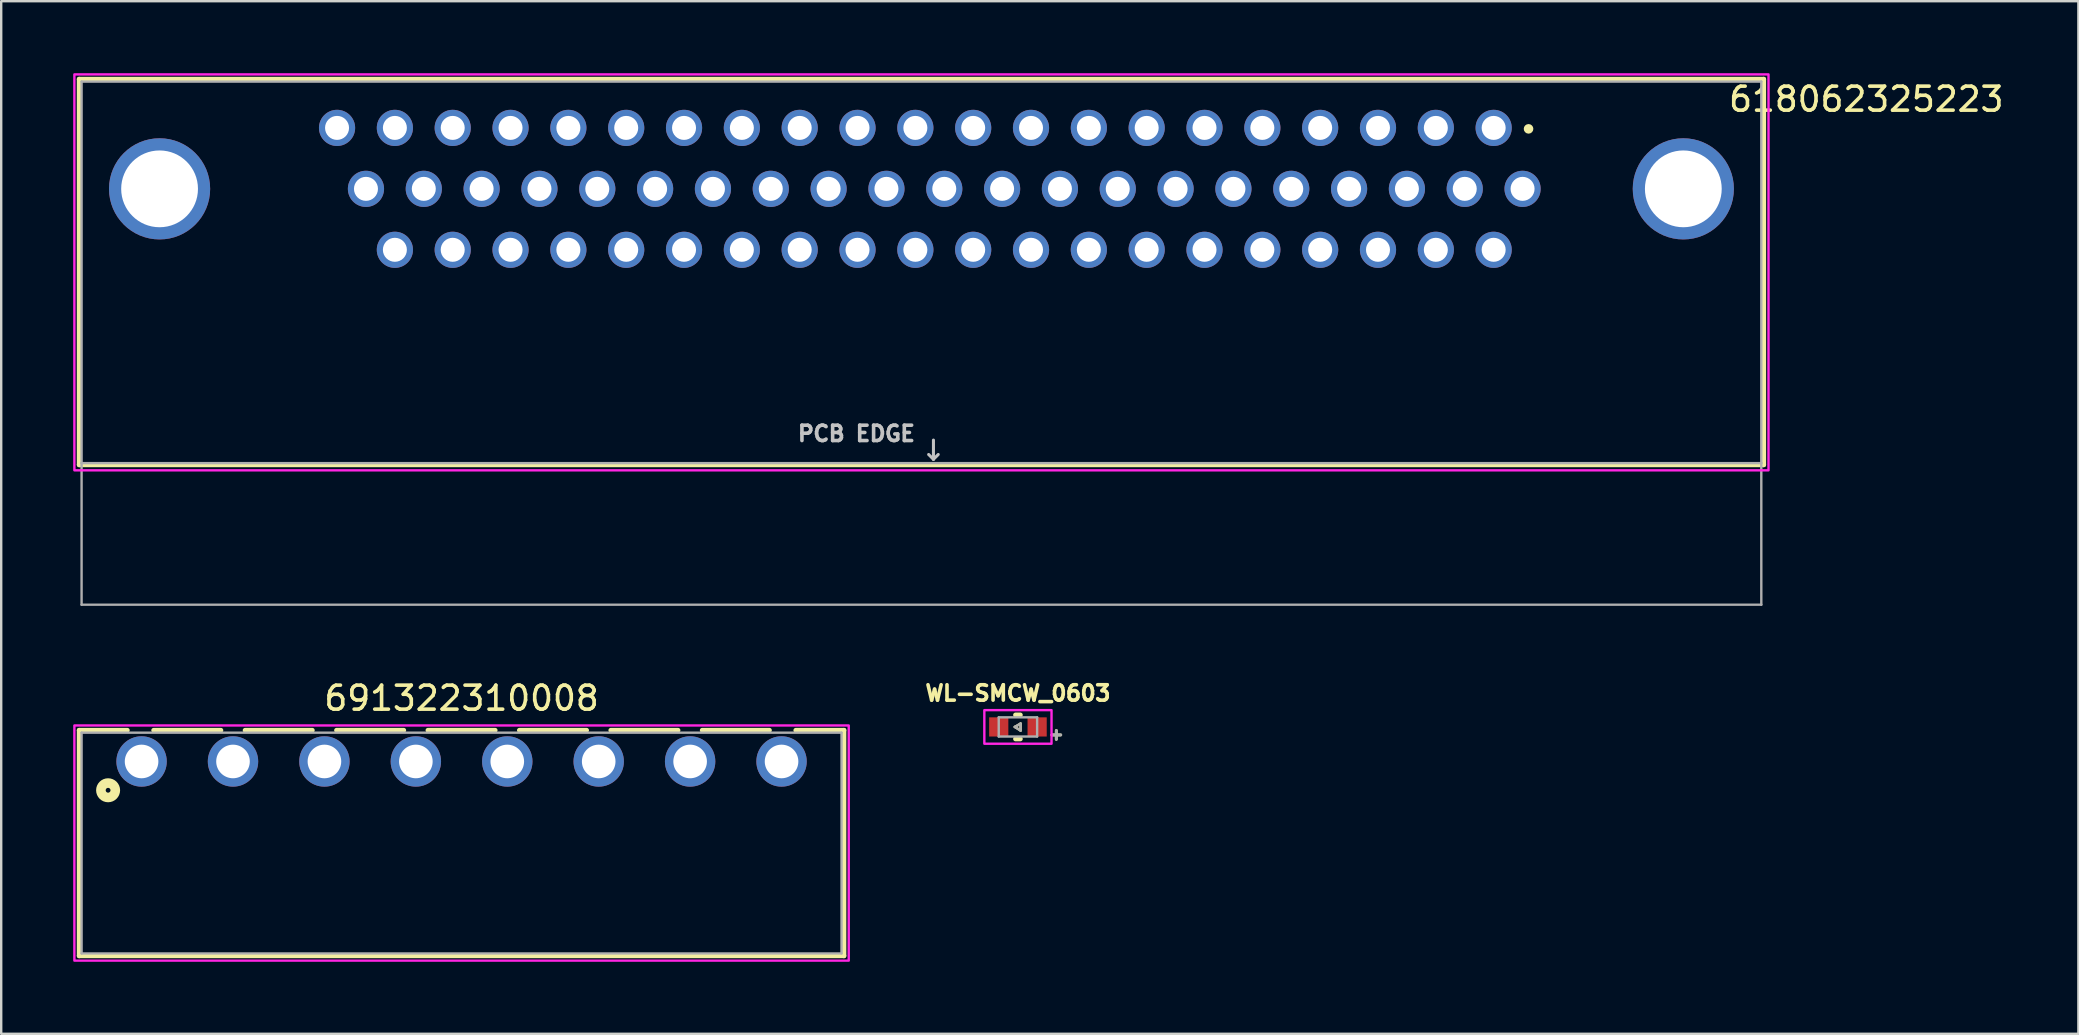
<source format=kicad_pcb>
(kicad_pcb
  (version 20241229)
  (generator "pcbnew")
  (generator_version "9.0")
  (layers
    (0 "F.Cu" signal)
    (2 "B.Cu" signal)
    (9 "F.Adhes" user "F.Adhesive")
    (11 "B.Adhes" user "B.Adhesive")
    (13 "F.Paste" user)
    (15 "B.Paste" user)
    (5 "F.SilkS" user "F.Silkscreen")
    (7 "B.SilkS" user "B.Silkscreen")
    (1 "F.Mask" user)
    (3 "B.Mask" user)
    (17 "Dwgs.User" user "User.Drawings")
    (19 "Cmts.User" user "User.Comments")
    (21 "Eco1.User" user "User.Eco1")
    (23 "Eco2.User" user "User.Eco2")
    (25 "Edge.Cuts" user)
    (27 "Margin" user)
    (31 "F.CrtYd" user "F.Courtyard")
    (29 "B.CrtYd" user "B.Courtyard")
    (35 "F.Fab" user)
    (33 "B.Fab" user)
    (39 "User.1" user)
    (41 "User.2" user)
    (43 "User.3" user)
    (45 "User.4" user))
  (footprint "WL-SMCW_0603"
    (layer "F.Cu")
    (at 39.371 27.244)
    (property "Reference" "WL-SMCW_0603" (at 0 -1.406 0) (layer "F.SilkS") (effects (font (size 0.64 0.64) (thickness 0.15))))
    (attr smd)
    (fp_line (start -0.13 0) (end 0.11 -0.14) (stroke (width 0.1) (type solid)) (layer "F.SilkS"))
    (fp_line (start -0.1 -0.5) (end 0.1 -0.5) (stroke (width 0.2) (type solid)) (layer "F.SilkS"))
    (fp_line (start 0.1 0.5) (end -0.1 0.5) (stroke (width 0.2) (type solid)) (layer "F.SilkS"))
    (fp_line (start 0.11 -0.14) (end 0.11 0.15) (stroke (width 0.1) (type solid)) (layer "F.SilkS"))
    (fp_line (start 0.11 0.15) (end -0.13 0) (stroke (width 0.1) (type solid)) (layer "F.SilkS"))
    (fp_poly (pts (xy -1.4 -0.7) (xy 1.4 -0.7) (xy 1.4 0.7) (xy -1.4 0.7)) (stroke (width 0.1) (type solid)) (fill no) (layer "F.CrtYd"))
    (fp_line (start -0.8 -0.4) (end 0.8 -0.4) (stroke (width 0.1) (type solid)) (layer "F.Fab"))
    (fp_line (start -0.8 0.4) (end -0.8 -0.4) (stroke (width 0.1) (type solid)) (layer "F.Fab"))
    (fp_line (start -0.8 0.4) (end 0.8 0.4) (stroke (width 0.1) (type solid)) (layer "F.Fab"))
    (fp_line (start -0.13 0) (end 0.11 -0.14) (stroke (width 0.1) (type solid)) (layer "F.Fab"))
    (fp_line (start 0.11 -0.14) (end 0.11 0.15) (stroke (width 0.1) (type solid)) (layer "F.Fab"))
    (fp_line (start 0.11 0.15) (end -0.13 0) (stroke (width 0.1) (type solid)) (layer "F.Fab"))
    (fp_line (start 0.8 -0.4) (end 0.8 0.4) (stroke (width 0.1) (type solid)) (layer "F.Fab"))
    (fp_text user "+" (at 1.6 0.3 0) (layer "F.SilkS") (effects (font (size 0.48 0.48) (thickness 0.15))))
    (fp_text user "+" (at 1.6 0.3 0) (layer "F.Fab") (effects (font (size 0.48 0.48) (thickness 0.15))))
    (pad "1" smd rect (at -0.8 0) (size 0.8 0.8) (layers "F.Cu" "F.Mask" "F.Paste"))
    (pad "2" smd rect (at 0.8 0) (size 0.8 0.8) (layers "F.Cu" "F.Mask" "F.Paste")))
  (footprint "618062325223"
    (layer "F.Cu")
    (at 35.35 11.25)
    (property "Reference" "618062325223" (at 39.375 -10.165 0) (layer "F.SilkS") (effects (font (size 1 1) (thickness 0.15))))
    (attr through_hole)
    (fp_line (start -35.1 -11) (end 35.1 -11) (stroke (width 0.2) (type solid)) (layer "F.SilkS"))
    (fp_line (start -35.1 5.07) (end -35.1 -11) (stroke (width 0.2) (type solid)) (layer "F.SilkS"))
    (fp_line (start 35.1 -11) (end 35.1 5.07) (stroke (width 0.2) (type solid)) (layer "F.SilkS"))
    (fp_line (start 35.1 5.07) (end -35.1 5.07) (stroke (width 0.2) (type solid)) (layer "F.SilkS"))
    (fp_circle (center 25.3 -8.93) (end 25.4 -8.93) (stroke (width 0.2) (type solid)) (fill no) (layer "F.SilkS"))
    (fp_line (start 0.5 4.04) (end 0.5 4.84) (stroke (width 0.127) (type solid)) (layer "Dwgs.User"))
    (fp_line (start 0.5 4.84) (end 0.3 4.64) (stroke (width 0.127) (type solid)) (layer "Dwgs.User"))
    (fp_line (start 0.5 4.84) (end 0.7 4.64) (stroke (width 0.127) (type solid)) (layer "Dwgs.User"))
    (fp_poly (pts (xy -35.3 -11.2) (xy 35.3 -11.2) (xy 35.3 5.3) (xy -35.3 5.3)) (stroke (width 0.1) (type solid)) (fill no) (layer "F.CrtYd"))
    (fp_line (start -35 -10.9) (end 35 -10.9) (stroke (width 0.1) (type solid)) (layer "F.Fab"))
    (fp_line (start -35 5) (end -35 -10.9) (stroke (width 0.1) (type solid)) (layer "F.Fab"))
    (fp_line (start -35 10.9) (end -35 5) (stroke (width 0.1) (type solid)) (layer "F.Fab"))
    (fp_line (start 35 -10.9) (end 35 5) (stroke (width 0.1) (type solid)) (layer "F.Fab"))
    (fp_line (start 35 5) (end -35 5) (stroke (width 0.1) (type solid)) (layer "F.Fab"))
    (fp_line (start 35 5) (end 35 10.9) (stroke (width 0.1) (type solid)) (layer "F.Fab"))
    (fp_line (start 35 10.9) (end -35 10.9) (stroke (width 0.1) (type solid)) (layer "F.Fab"))
    (fp_text user "PCB EDGE" (at -2.71 3.77 0) (layer "Dwgs.User") (effects (font (size 0.64 0.64) (thickness 0.15))))
    (pad "1" thru_hole circle (at 23.846 -8.97) (size 1.508 1.508) (drill 1) (layers "*.Cu" "*.Mask"))
    (pad "2" thru_hole circle (at 21.436 -8.97) (size 1.508 1.508) (drill 1) (layers "*.Cu" "*.Mask"))
    (pad "3" thru_hole circle (at 19.026 -8.97) (size 1.508 1.508) (drill 1) (layers "*.Cu" "*.Mask"))
    (pad "4" thru_hole circle (at 16.616 -8.97) (size 1.508 1.508) (drill 1) (layers "*.Cu" "*.Mask"))
    (pad "5" thru_hole circle (at 14.206 -8.97) (size 1.508 1.508) (drill 1) (layers "*.Cu" "*.Mask"))
    (pad "6" thru_hole circle (at 11.796 -8.97) (size 1.508 1.508) (drill 1) (layers "*.Cu" "*.Mask"))
    (pad "7" thru_hole circle (at 9.386 -8.97) (size 1.508 1.508) (drill 1) (layers "*.Cu" "*.Mask"))
    (pad "8" thru_hole circle (at 6.976 -8.97) (size 1.508 1.508) (drill 1) (layers "*.Cu" "*.Mask"))
    (pad "9" thru_hole circle (at 4.566 -8.97) (size 1.508 1.508) (drill 1) (layers "*.Cu" "*.Mask"))
    (pad "10" thru_hole circle (at 2.156 -8.97) (size 1.508 1.508) (drill 1) (layers "*.Cu" "*.Mask"))
    (pad "11" thru_hole circle (at -0.254 -8.97) (size 1.508 1.508) (drill 1) (layers "*.Cu" "*.Mask"))
    (pad "12" thru_hole circle (at -2.664 -8.97) (size 1.508 1.508) (drill 1) (layers "*.Cu" "*.Mask"))
    (pad "13" thru_hole circle (at -5.074 -8.97) (size 1.508 1.508) (drill 1) (layers "*.Cu" "*.Mask"))
    (pad "14" thru_hole circle (at -7.484 -8.97) (size 1.508 1.508) (drill 1) (layers "*.Cu" "*.Mask"))
    (pad "15" thru_hole circle (at -9.894 -8.97) (size 1.508 1.508) (drill 1) (layers "*.Cu" "*.Mask"))
    (pad "16" thru_hole circle (at -12.304 -8.97) (size 1.508 1.508) (drill 1) (layers "*.Cu" "*.Mask"))
    (pad "17" thru_hole circle (at -14.714 -8.97) (size 1.508 1.508) (drill 1) (layers "*.Cu" "*.Mask"))
    (pad "18" thru_hole circle (at -17.124 -8.97) (size 1.508 1.508) (drill 1) (layers "*.Cu" "*.Mask"))
    (pad "19" thru_hole circle (at -19.534 -8.97) (size 1.508 1.508) (drill 1) (layers "*.Cu" "*.Mask"))
    (pad "20" thru_hole circle (at -21.944 -8.97) (size 1.508 1.508) (drill 1) (layers "*.Cu" "*.Mask"))
    (pad "21" thru_hole circle (at -24.354 -8.97) (size 1.508 1.508) (drill 1) (layers "*.Cu" "*.Mask"))
    (pad "22" thru_hole circle (at 25.051 -6.43) (size 1.508 1.508) (drill 1) (layers "*.Cu" "*.Mask"))
    (pad "23" thru_hole circle (at 22.641 -6.43) (size 1.508 1.508) (drill 1) (layers "*.Cu" "*.Mask"))
    (pad "24" thru_hole circle (at 20.231 -6.43) (size 1.508 1.508) (drill 1) (layers "*.Cu" "*.Mask"))
    (pad "25" thru_hole circle (at 17.821 -6.43) (size 1.508 1.508) (drill 1) (layers "*.Cu" "*.Mask"))
    (pad "26" thru_hole circle (at 15.411 -6.43) (size 1.508 1.508) (drill 1) (layers "*.Cu" "*.Mask"))
    (pad "27" thru_hole circle (at 13.001 -6.43) (size 1.508 1.508) (drill 1) (layers "*.Cu" "*.Mask"))
    (pad "28" thru_hole circle (at 10.591 -6.43) (size 1.508 1.508) (drill 1) (layers "*.Cu" "*.Mask"))
    (pad "29" thru_hole circle (at 8.181 -6.43) (size 1.508 1.508) (drill 1) (layers "*.Cu" "*.Mask"))
    (pad "30" thru_hole circle (at 5.771 -6.43) (size 1.508 1.508) (drill 1) (layers "*.Cu" "*.Mask"))
    (pad "31" thru_hole circle (at 3.361 -6.43) (size 1.508 1.508) (drill 1) (layers "*.Cu" "*.Mask"))
    (pad "32" thru_hole circle (at 0.951 -6.43) (size 1.508 1.508) (drill 1) (layers "*.Cu" "*.Mask"))
    (pad "33" thru_hole circle (at -1.459 -6.43) (size 1.508 1.508) (drill 1) (layers "*.Cu" "*.Mask"))
    (pad "34" thru_hole circle (at -3.869 -6.43) (size 1.508 1.508) (drill 1) (layers "*.Cu" "*.Mask"))
    (pad "35" thru_hole circle (at -6.279 -6.43) (size 1.508 1.508) (drill 1) (layers "*.Cu" "*.Mask"))
    (pad "36" thru_hole circle (at -8.689 -6.43) (size 1.508 1.508) (drill 1) (layers "*.Cu" "*.Mask"))
    (pad "37" thru_hole circle (at -11.099 -6.43) (size 1.508 1.508) (drill 1) (layers "*.Cu" "*.Mask"))
    (pad "38" thru_hole circle (at -13.509 -6.43) (size 1.508 1.508) (drill 1) (layers "*.Cu" "*.Mask"))
    (pad "39" thru_hole circle (at -15.919 -6.43) (size 1.508 1.508) (drill 1) (layers "*.Cu" "*.Mask"))
    (pad "40" thru_hole circle (at -18.329 -6.43) (size 1.508 1.508) (drill 1) (layers "*.Cu" "*.Mask"))
    (pad "41" thru_hole circle (at -20.739 -6.43) (size 1.508 1.508) (drill 1) (layers "*.Cu" "*.Mask"))
    (pad "42" thru_hole circle (at -23.149 -6.43) (size 1.508 1.508) (drill 1) (layers "*.Cu" "*.Mask"))
    (pad "43" thru_hole circle (at 23.846 -3.89) (size 1.508 1.508) (drill 1) (layers "*.Cu" "*.Mask"))
    (pad "44" thru_hole circle (at 21.436 -3.89) (size 1.508 1.508) (drill 1) (layers "*.Cu" "*.Mask"))
    (pad "45" thru_hole circle (at 19.026 -3.89) (size 1.508 1.508) (drill 1) (layers "*.Cu" "*.Mask"))
    (pad "46" thru_hole circle (at 16.616 -3.89) (size 1.508 1.508) (drill 1) (layers "*.Cu" "*.Mask"))
    (pad "47" thru_hole circle (at 14.206 -3.89) (size 1.508 1.508) (drill 1) (layers "*.Cu" "*.Mask"))
    (pad "48" thru_hole circle (at 11.796 -3.89) (size 1.508 1.508) (drill 1) (layers "*.Cu" "*.Mask"))
    (pad "49" thru_hole circle (at 9.386 -3.89) (size 1.508 1.508) (drill 1) (layers "*.Cu" "*.Mask"))
    (pad "50" thru_hole circle (at 6.976 -3.89) (size 1.508 1.508) (drill 1) (layers "*.Cu" "*.Mask"))
    (pad "51" thru_hole circle (at 4.566 -3.89) (size 1.508 1.508) (drill 1) (layers "*.Cu" "*.Mask"))
    (pad "52" thru_hole circle (at 2.156 -3.89) (size 1.508 1.508) (drill 1) (layers "*.Cu" "*.Mask"))
    (pad "53" thru_hole circle (at -0.254 -3.89) (size 1.508 1.508) (drill 1) (layers "*.Cu" "*.Mask"))
    (pad "54" thru_hole circle (at -2.664 -3.89) (size 1.508 1.508) (drill 1) (layers "*.Cu" "*.Mask"))
    (pad "55" thru_hole circle (at -5.074 -3.89) (size 1.508 1.508) (drill 1) (layers "*.Cu" "*.Mask"))
    (pad "56" thru_hole circle (at -7.484 -3.89) (size 1.508 1.508) (drill 1) (layers "*.Cu" "*.Mask"))
    (pad "57" thru_hole circle (at -9.894 -3.89) (size 1.508 1.508) (drill 1) (layers "*.Cu" "*.Mask"))
    (pad "58" thru_hole circle (at -12.304 -3.89) (size 1.508 1.508) (drill 1) (layers "*.Cu" "*.Mask"))
    (pad "59" thru_hole circle (at -14.714 -3.89) (size 1.508 1.508) (drill 1) (layers "*.Cu" "*.Mask"))
    (pad "60" thru_hole circle (at -17.124 -3.89) (size 1.508 1.508) (drill 1) (layers "*.Cu" "*.Mask"))
    (pad "61" thru_hole circle (at -19.534 -3.89) (size 1.508 1.508) (drill 1) (layers "*.Cu" "*.Mask"))
    (pad "62" thru_hole circle (at -21.944 -3.89) (size 1.508 1.508) (drill 1) (layers "*.Cu" "*.Mask"))
    (pad "S1" thru_hole circle (at -31.75 -6.43) (size 4.216 4.216) (drill 3.2) (layers "*.Cu" "*.Mask"))
    (pad "S2" thru_hole circle (at 31.75 -6.43) (size 4.216 4.216) (drill 3.2) (layers "*.Cu" "*.Mask")))
  (footprint "691322310008"
    (layer "F.Cu")
    (at 16.185 28.683)
    (property "Reference" "691322310008" (at 0 -2.635 0) (layer "F.SilkS") (effects (font (size 1 1) (thickness 0.15))))
    (attr through_hole)
    (fp_line (start -15.935 -1.3) (end -13.93 -1.3) (stroke (width 0.2) (type solid)) (layer "F.SilkS"))
    (fp_line (start -15.935 8.1) (end -15.935 -1.3) (stroke (width 0.2) (type solid)) (layer "F.SilkS"))
    (fp_line (start -12.83 -1.3) (end -10.03 -1.3) (stroke (width 0.2) (type solid)) (layer "F.SilkS"))
    (fp_line (start -9.02 -1.3) (end -6.22 -1.3) (stroke (width 0.2) (type solid)) (layer "F.SilkS"))
    (fp_line (start -5.21 -1.3) (end -2.41 -1.3) (stroke (width 0.2) (type solid)) (layer "F.SilkS"))
    (fp_line (start -1.4 -1.3) (end 1.4 -1.3) (stroke (width 0.2) (type solid)) (layer "F.SilkS"))
    (fp_line (start 2.41 -1.3) (end 5.21 -1.3) (stroke (width 0.2) (type solid)) (layer "F.SilkS"))
    (fp_line (start 6.22 -1.3) (end 9.02 -1.3) (stroke (width 0.2) (type solid)) (layer "F.SilkS"))
    (fp_line (start 10.03 -1.3) (end 12.83 -1.3) (stroke (width 0.2) (type solid)) (layer "F.SilkS"))
    (fp_line (start 13.93 -1.3) (end 15.935 -1.3) (stroke (width 0.2) (type solid)) (layer "F.SilkS"))
    (fp_line (start 15.935 -1.3) (end 15.935 8.1) (stroke (width 0.2) (type solid)) (layer "F.SilkS"))
    (fp_line (start 15.935 8.1) (end -15.935 8.1) (stroke (width 0.2) (type solid)) (layer "F.SilkS"))
    (fp_circle (center -14.73 1.2) (end -14.63 1.2) (stroke (width 0.4) (type solid)) (fill no) (layer "F.SilkS"))
    (fp_poly (pts (xy -16.135 -1.5) (xy 16.135 -1.5) (xy 16.135 8.3) (xy -16.135 8.3)) (stroke (width 0.1) (type solid)) (fill no) (layer "F.CrtYd"))
    (fp_line (start -15.835 -1.2) (end -15.835 8) (stroke (width 0.1) (type solid)) (layer "F.Fab"))
    (fp_line (start -15.835 8) (end 15.835 8) (stroke (width 0.1) (type solid)) (layer "F.Fab"))
    (fp_line (start 15.835 -1.2) (end -15.835 -1.2) (stroke (width 0.1) (type solid)) (layer "F.Fab"))
    (fp_line (start 15.835 8) (end 15.835 -1.2) (stroke (width 0.1) (type solid)) (layer "F.Fab"))
    (pad "1" thru_hole circle (at -13.335 0) (size 2.1 2.1) (drill 1.4) (layers "*.Cu" "*.Mask"))
    (pad "2" thru_hole circle (at -9.525 0) (size 2.1 2.1) (drill 1.4) (layers "*.Cu" "*.Mask"))
    (pad "3" thru_hole circle (at -5.715 0) (size 2.1 2.1) (drill 1.4) (layers "*.Cu" "*.Mask"))
    (pad "4" thru_hole circle (at -1.905 0) (size 2.1 2.1) (drill 1.4) (layers "*.Cu" "*.Mask"))
    (pad "5" thru_hole circle (at 1.905 0) (size 2.1 2.1) (drill 1.4) (layers "*.Cu" "*.Mask"))
    (pad "6" thru_hole circle (at 5.715 0) (size 2.1 2.1) (drill 1.4) (layers "*.Cu" "*.Mask"))
    (pad "7" thru_hole circle (at 9.525 0) (size 2.1 2.1) (drill 1.4) (layers "*.Cu" "*.Mask"))
    (pad "8" thru_hole circle (at 13.335 0) (size 2.1 2.1) (drill 1.4) (layers "*.Cu" "*.Mask")))
  (gr_rect
    (start -3 -3)
    (end 83.564 40.033)
    (stroke (width 0.1) (type default))
    (fill no)
    (layer "Edge.Cuts")))
</source>
